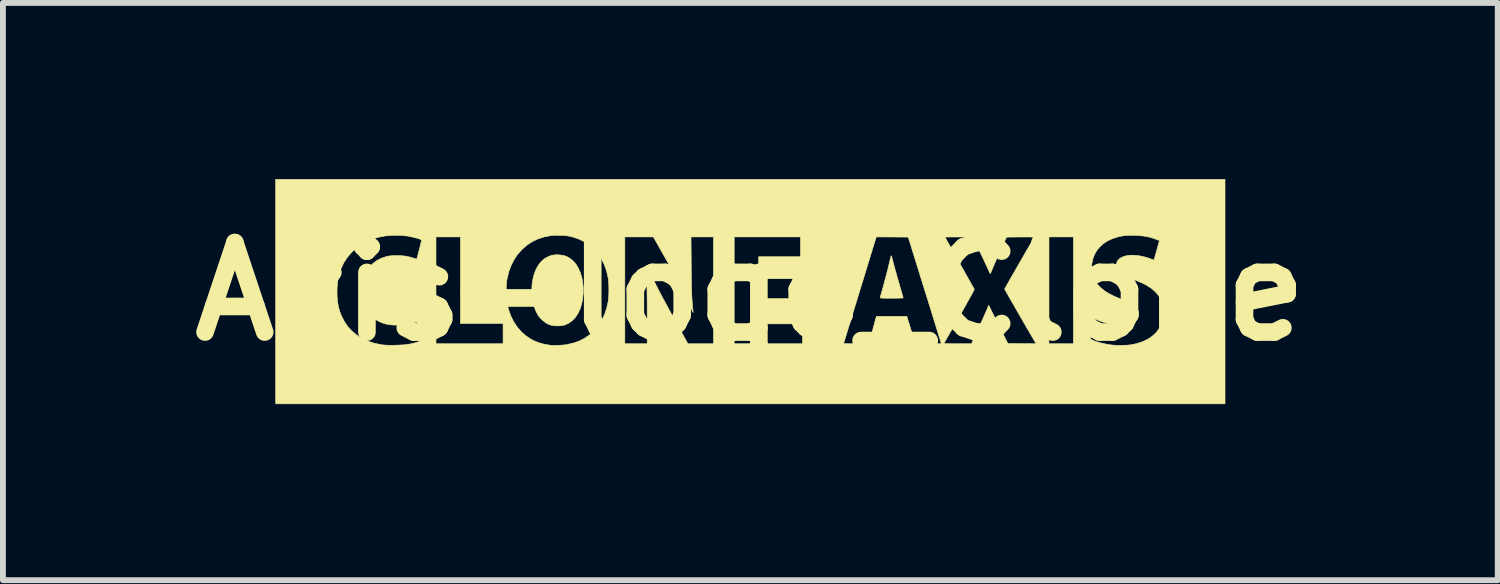
<source format=kicad_pcb>
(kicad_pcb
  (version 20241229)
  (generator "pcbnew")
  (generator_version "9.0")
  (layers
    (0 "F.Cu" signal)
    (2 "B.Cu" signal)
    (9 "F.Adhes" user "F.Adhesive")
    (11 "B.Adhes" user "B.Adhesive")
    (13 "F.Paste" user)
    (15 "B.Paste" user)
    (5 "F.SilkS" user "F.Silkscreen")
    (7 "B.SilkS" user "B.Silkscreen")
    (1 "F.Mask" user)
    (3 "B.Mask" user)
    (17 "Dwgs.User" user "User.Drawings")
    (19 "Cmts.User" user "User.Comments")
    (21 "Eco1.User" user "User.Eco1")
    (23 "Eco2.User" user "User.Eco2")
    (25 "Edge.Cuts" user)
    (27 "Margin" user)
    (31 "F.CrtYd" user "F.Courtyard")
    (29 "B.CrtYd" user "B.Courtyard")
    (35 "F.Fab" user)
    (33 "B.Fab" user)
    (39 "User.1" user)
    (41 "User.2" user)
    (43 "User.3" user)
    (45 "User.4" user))
  (footprint "Axis-logo_Clone"
    (layer "F.Cu")
    (at 9.732 1.917)
    (property "Reference" "Axis-logo_Clone" (at 0 0 0) (layer "F.SilkS") (effects (font (size 1.524 1.524) (thickness 0.3))))
    (attr through_hole)
    (fp_poly (pts (xy 2.401 -0.608) (xy 2.407 -0.594) (xy 2.415 -0.567) (xy 2.426 -0.526) (xy 2.43 -0.51) (xy 2.439 -0.476) (xy 2.451 -0.432) (xy 2.465 -0.378) (xy 2.482 -0.319) (xy 2.499 -0.256) (xy 2.518 -0.193) (xy 2.53 -0.149) (xy 2.547 -0.092) (xy 2.562 -0.039) (xy 2.576 0.008) (xy 2.587 0.048) (xy 2.596 0.078) (xy 2.601 0.099) (xy 2.603 0.107) (xy 2.603 0.107) (xy 2.597 0.109) (xy 2.578 0.11) (xy 2.548 0.111) (xy 2.51 0.112) (xy 2.464 0.113) (xy 2.414 0.113) (xy 2.405 0.113) (xy 2.347 0.113) (xy 2.302 0.113) (xy 2.268 0.112) (xy 2.243 0.111) (xy 2.226 0.11) (xy 2.217 0.108) (xy 2.212 0.106) (xy 2.211 0.103) (xy 2.211 0.101) (xy 2.225 0.054) (xy 2.241 -0.002) (xy 2.258 -0.064) (xy 2.276 -0.13) (xy 2.294 -0.198) (xy 2.312 -0.264) (xy 2.328 -0.327) (xy 2.343 -0.383) (xy 2.354 -0.43) (xy 2.361 -0.459) (xy 2.371 -0.501) (xy 2.38 -0.54) (xy 2.388 -0.572) (xy 2.394 -0.596) (xy 2.397 -0.608) (xy 2.397 -0.609) (xy 2.401 -0.608)) (stroke (width 0.01) (type solid)) (fill yes) (layer "F.SilkS"))
    (fp_poly (pts (xy -3.212 -0.621) (xy -3.165 -0.611) (xy -3.122 -0.594) (xy -3.079 -0.569) (xy -3.067 -0.561) (xy -3.014 -0.517) (xy -2.967 -0.461) (xy -2.928 -0.396) (xy -2.896 -0.322) (xy -2.871 -0.241) (xy -2.855 -0.154) (xy -2.846 -0.063) (xy -2.847 0.03) (xy -2.857 0.125) (xy -2.875 0.216) (xy -2.901 0.298) (xy -2.936 0.372) (xy -2.979 0.437) (xy -3.03 0.491) (xy -3.087 0.534) (xy -3.15 0.565) (xy -3.183 0.575) (xy -3.218 0.581) (xy -3.261 0.584) (xy -3.306 0.584) (xy -3.35 0.581) (xy -3.385 0.575) (xy -3.385 0.575) (xy -3.439 0.556) (xy -3.487 0.531) (xy -3.532 0.495) (xy -3.557 0.472) (xy -3.584 0.444) (xy -3.605 0.418) (xy -3.623 0.391) (xy -3.641 0.357) (xy -3.647 0.345) (xy -3.68 0.264) (xy -3.703 0.177) (xy -3.718 0.085) (xy -3.723 -0.009) (xy -3.72 -0.103) (xy -3.708 -0.195) (xy -3.687 -0.282) (xy -3.658 -0.363) (xy -3.62 -0.435) (xy -3.612 -0.447) (xy -3.579 -0.492) (xy -3.545 -0.528) (xy -3.508 -0.558) (xy -3.482 -0.575) (xy -3.431 -0.601) (xy -3.381 -0.618) (xy -3.327 -0.626) (xy -3.268 -0.626) (xy -3.212 -0.621)) (stroke (width 0.01) (type solid)) (fill yes) (layer "F.SilkS"))
    (fp_poly (pts (xy 8.086 1.912) (xy -8.086 1.912) (xy -8.086 0.000191) (xy -7.041 0.000191) (xy -7.039 0.098) (xy -7.03 0.186) (xy -7.015 0.267) (xy -6.993 0.344) (xy -6.965 0.414) (xy -6.917 0.509) (xy -6.859 0.594) (xy -6.789 0.671) (xy -6.71 0.737) (xy -6.622 0.794) (xy -6.524 0.84) (xy -6.417 0.877) (xy -6.302 0.902) (xy -6.272 0.907) (xy -6.231 0.911) (xy -6.179 0.914) (xy -6.12 0.915) (xy -6.057 0.914) (xy -5.993 0.912) (xy -5.932 0.909) (xy -5.877 0.905) (xy -5.831 0.899) (xy -5.821 0.897) (xy -5.772 0.888) (xy -5.727 0.877) (xy -5.687 0.866) (xy -5.656 0.855) (xy -5.636 0.846) (xy -5.634 0.844) (xy -5.63 0.841) (xy -5.627 0.836) (xy -5.626 0.828) (xy -5.626 0.815) (xy -5.629 0.796) (xy -5.634 0.768) (xy -5.641 0.73) (xy -5.65 0.68) (xy -5.651 0.676) (xy -5.66 0.631) (xy -5.668 0.591) (xy -5.674 0.558) (xy -5.679 0.533) (xy -5.682 0.519) (xy -5.682 0.517) (xy -5.689 0.519) (xy -5.706 0.523) (xy -5.726 0.53) (xy -5.783 0.546) (xy -5.85 0.558) (xy -5.923 0.567) (xy -5.996 0.571) (xy -6.024 0.571) (xy -6.1 0.569) (xy -6.165 0.562) (xy -6.225 0.548) (xy -6.281 0.529) (xy -6.32 0.511) (xy -6.354 0.494) (xy -6.38 0.477) (xy -6.405 0.458) (xy -6.433 0.433) (xy -6.449 0.417) (xy -6.478 0.387) (xy -6.5 0.362) (xy -6.517 0.337) (xy -6.532 0.309) (xy -6.542 0.289) (xy -6.557 0.255) (xy -6.571 0.221) (xy -6.582 0.192) (xy -6.585 0.18) (xy -6.602 0.095) (xy -6.609 0.005) (xy -6.606 -0.087) (xy -6.594 -0.176) (xy -6.572 -0.259) (xy -6.565 -0.281) (xy -6.529 -0.357) (xy -6.482 -0.424) (xy -6.425 -0.482) (xy -6.359 -0.531) (xy -6.284 -0.569) (xy -6.202 -0.596) (xy -6.168 -0.604) (xy -6.129 -0.609) (xy -6.08 -0.612) (xy -6.025 -0.613) (xy -5.97 -0.612) (xy -5.918 -0.609) (xy -5.874 -0.604) (xy -5.869 -0.603) (xy -5.833 -0.596) (xy -5.791 -0.586) (xy -5.752 -0.574) (xy -5.746 -0.572) (xy -5.719 -0.564) (xy -5.697 -0.557) (xy -5.684 -0.553) (xy -5.682 -0.553) (xy -5.68 -0.56) (xy -5.675 -0.579) (xy -5.667 -0.606) (xy -5.659 -0.641) (xy -5.649 -0.679) (xy -5.638 -0.72) (xy -5.628 -0.76) (xy -5.619 -0.797) (xy -5.612 -0.829) (xy -5.606 -0.854) (xy -5.603 -0.868) (xy -5.602 -0.871) (xy -5.606 -0.88) (xy -5.62 -0.889) (xy -5.643 -0.899) (xy -5.678 -0.91) (xy -5.726 -0.923) (xy -5.733 -0.924) (xy -5.767 -0.931) (xy -5.355 -0.931) (xy -5.355 0.889) (xy -4.212 0.889) (xy -4.212 0.543) (xy -4.939 0.543) (xy -4.939 0.018) (xy -4.16 0.018) (xy -4.158 0.083) (xy -4.154 0.142) (xy -4.147 0.191) (xy -4.146 0.194) (xy -4.118 0.31) (xy -4.079 0.418) (xy -4.03 0.516) (xy -3.971 0.605) (xy -3.903 0.684) (xy -3.826 0.752) (xy -3.739 0.81) (xy -3.698 0.832) (xy -3.648 0.854) (xy -3.59 0.875) (xy -3.53 0.892) (xy -3.478 0.903) (xy -3.451 0.907) (xy -3.429 0.911) (xy -3.416 0.913) (xy -3.415 0.914) (xy -3.392 0.916) (xy -3.358 0.917) (xy -3.316 0.917) (xy -3.271 0.916) (xy -3.224 0.913) (xy -3.181 0.91) (xy -3.143 0.906) (xy -3.125 0.903) (xy -3.014 0.878) (xy -2.912 0.841) (xy -2.819 0.793) (xy -2.733 0.734) (xy -2.657 0.664) (xy -2.59 0.584) (xy -2.533 0.495) (xy -2.486 0.396) (xy -2.449 0.288) (xy -2.422 0.171) (xy -2.422 0.169) (xy -2.416 0.125) (xy -2.412 0.071) (xy -2.41 0.011) (xy -2.41 -0.051) (xy -2.411 -0.113) (xy -2.414 -0.169) (xy -2.419 -0.218) (xy -2.423 -0.239) (xy -2.45 -0.355) (xy -2.489 -0.462) (xy -2.537 -0.559) (xy -2.596 -0.647) (xy -2.664 -0.724) (xy -2.741 -0.792) (xy -2.827 -0.849) (xy -2.922 -0.895) (xy -3.026 -0.93) (xy -3.03 -0.931) (xy -2.138 -0.931) (xy -2.138 0.889) (xy -1.757 0.889) (xy -1.757 0.422) (xy -1.757 0.335) (xy -1.757 0.246) (xy -1.758 0.159) (xy -1.759 0.073) (xy -1.76 -0.007) (xy -1.761 -0.081) (xy -1.762 -0.147) (xy -1.763 -0.203) (xy -1.764 -0.246) (xy -1.766 -0.298) (xy -1.767 -0.345) (xy -1.768 -0.385) (xy -1.769 -0.417) (xy -1.769 -0.439) (xy -1.769 -0.449) (xy -1.769 -0.449) (xy -1.765 -0.444) (xy -1.757 -0.427) (xy -1.745 -0.403) (xy -1.731 -0.371) (xy -1.718 -0.344) (xy -1.691 -0.283) (xy -1.66 -0.218) (xy -1.625 -0.149) (xy -1.587 -0.073) (xy -1.544 0.01) (xy -1.496 0.101) (xy -1.442 0.2) (xy -1.383 0.31) (xy -1.317 0.43) (xy -1.285 0.489) (xy -1.063 0.889) (xy -0.628 0.889) (xy -0.628 -0.931) (xy -0.275 -0.931) (xy -0.275 0.889) (xy 0.889 0.889) (xy 0.889 0.879) (xy 1.59 0.879) (xy 1.59 0.882) (xy 1.595 0.884) (xy 1.605 0.886) (xy 1.622 0.887) (xy 1.647 0.888) (xy 1.681 0.889) (xy 1.727 0.889) (xy 1.785 0.889) (xy 1.802 0.889) (xy 2.017 0.889) (xy 2.027 0.855) (xy 2.032 0.84) (xy 2.039 0.813) (xy 2.049 0.777) (xy 2.062 0.733) (xy 2.075 0.684) (xy 2.09 0.632) (xy 2.092 0.623) (xy 2.147 0.423) (xy 2.667 0.423) (xy 2.685 0.485) (xy 2.693 0.51) (xy 2.704 0.545) (xy 2.717 0.588) (xy 2.731 0.636) (xy 2.747 0.687) (xy 2.755 0.716) (xy 2.807 0.885) (xy 3.03 0.887) (xy 3.253 0.889) (xy 3.252 0.884) (xy 3.297 0.884) (xy 3.303 0.885) (xy 3.322 0.886) (xy 3.351 0.887) (xy 3.39 0.888) (xy 3.436 0.889) (xy 3.489 0.889) (xy 3.531 0.889) (xy 3.768 0.889) (xy 3.788 0.845) (xy 3.827 0.759) (xy 3.864 0.678) (xy 3.899 0.6) (xy 3.932 0.529) (xy 3.961 0.464) (xy 3.986 0.407) (xy 4.007 0.36) (xy 4.024 0.322) (xy 4.035 0.295) (xy 4.04 0.284) (xy 4.06 0.233) (xy 4.223 0.559) (xy 4.387 0.885) (xy 4.628 0.887) (xy 4.87 0.889) (xy 4.856 0.866) (xy 4.842 0.844) (xy 4.824 0.813) (xy 4.801 0.773) (xy 4.773 0.726) (xy 4.743 0.673) (xy 4.709 0.616) (xy 4.674 0.555) (xy 4.637 0.491) (xy 4.599 0.426) (xy 4.562 0.361) (xy 4.525 0.297) (xy 4.49 0.235) (xy 4.456 0.177) (xy 4.425 0.123) (xy 4.398 0.074) (xy 4.374 0.033) (xy 4.355 -0.001) (xy 4.341 -0.025) (xy 4.334 -0.039) (xy 4.332 -0.043) (xy 4.336 -0.05) (xy 4.346 -0.068) (xy 4.361 -0.097) (xy 4.383 -0.135) (xy 4.409 -0.181) (xy 4.439 -0.235) (xy 4.473 -0.294) (xy 4.511 -0.359) (xy 4.551 -0.429) (xy 4.584 -0.486) (xy 4.625 -0.558) (xy 4.664 -0.626) (xy 4.701 -0.69) (xy 4.735 -0.748) (xy 4.765 -0.8) (xy 4.79 -0.844) (xy 4.811 -0.88) (xy 4.826 -0.906) (xy 4.835 -0.922) (xy 4.838 -0.926) (xy 4.832 -0.927) (xy 4.813 -0.928) (xy 4.784 -0.929) (xy 4.745 -0.93) (xy 4.699 -0.93) (xy 4.646 -0.93) (xy 4.603 -0.93) (xy 4.365 -0.928) (xy 4.288 -0.762) (xy 4.258 -0.697) (xy 4.228 -0.631) (xy 4.199 -0.565) (xy 4.172 -0.502) (xy 4.147 -0.444) (xy 4.126 -0.393) (xy 4.109 -0.351) (xy 4.103 -0.336) (xy 4.095 -0.318) (xy 4.088 -0.308) (xy 4.085 -0.308) (xy 4.08 -0.317) (xy 4.071 -0.335) (xy 4.059 -0.361) (xy 4.047 -0.388) (xy 4.036 -0.412) (xy 4.02 -0.447) (xy 4 -0.49) (xy 3.977 -0.54) (xy 3.951 -0.594) (xy 3.924 -0.651) (xy 3.903 -0.695) (xy 3.791 -0.928) (xy 3.554 -0.93) (xy 3.497 -0.93) (xy 3.446 -0.93) (xy 3.401 -0.93) (xy 3.364 -0.93) (xy 3.336 -0.929) (xy 3.32 -0.928) (xy 3.316 -0.928) (xy 3.319 -0.921) (xy 3.329 -0.903) (xy 3.345 -0.875) (xy 3.366 -0.837) (xy 3.392 -0.792) (xy 3.421 -0.738) (xy 3.455 -0.679) (xy 3.492 -0.614) (xy 3.531 -0.544) (xy 3.563 -0.487) (xy 3.604 -0.415) (xy 3.643 -0.346) (xy 3.679 -0.281) (xy 3.712 -0.222) (xy 3.742 -0.17) (xy 3.767 -0.125) (xy 3.788 -0.088) (xy 3.803 -0.061) (xy 3.812 -0.044) (xy 3.814 -0.039) (xy 3.812 -0.031) (xy 3.802 -0.011) (xy 3.786 0.019) (xy 3.764 0.061) (xy 3.736 0.112) (xy 3.702 0.172) (xy 3.664 0.241) (xy 3.62 0.318) (xy 3.572 0.403) (xy 3.559 0.425) (xy 3.517 0.498) (xy 3.477 0.568) (xy 3.44 0.634) (xy 3.405 0.694) (xy 3.375 0.747) (xy 3.349 0.793) (xy 3.327 0.831) (xy 3.311 0.859) (xy 3.301 0.877) (xy 3.297 0.884) (xy 3.252 0.884) (xy 3.249 0.873) (xy 3.246 0.865) (xy 3.24 0.843) (xy 3.23 0.81) (xy 3.216 0.766) (xy 3.199 0.712) (xy 3.179 0.648) (xy 3.157 0.575) (xy 3.132 0.495) (xy 3.105 0.407) (xy 3.076 0.313) (xy 3.045 0.214) (xy 3.013 0.11) (xy 2.979 0.003) (xy 2.967 -0.035) (xy 2.69 -0.928) (xy 2.418 -0.93) (xy 2.17 -0.931) (xy 5.087 -0.931) (xy 5.087 0.889) (xy 5.503 0.889) (xy 5.503 0.8) (xy 5.794 0.8) (xy 5.802 0.811) (xy 5.822 0.823) (xy 5.853 0.837) (xy 5.892 0.851) (xy 5.938 0.866) (xy 5.988 0.879) (xy 6.042 0.891) (xy 6.097 0.902) (xy 6.126 0.906) (xy 6.175 0.912) (xy 6.233 0.915) (xy 6.296 0.916) (xy 6.359 0.915) (xy 6.418 0.913) (xy 6.469 0.908) (xy 6.481 0.907) (xy 6.584 0.886) (xy 6.678 0.855) (xy 6.763 0.816) (xy 6.838 0.767) (xy 6.902 0.71) (xy 6.924 0.686) (xy 6.953 0.645) (xy 6.982 0.596) (xy 7.006 0.543) (xy 7.024 0.492) (xy 7.025 0.487) (xy 7.034 0.443) (xy 7.038 0.391) (xy 7.038 0.336) (xy 7.035 0.281) (xy 7.028 0.232) (xy 7.021 0.205) (xy 6.992 0.131) (xy 6.952 0.064) (xy 6.899 0.003) (xy 6.835 -0.053) (xy 6.757 -0.104) (xy 6.736 -0.116) (xy 6.71 -0.129) (xy 6.675 -0.145) (xy 6.633 -0.164) (xy 6.588 -0.183) (xy 6.551 -0.198) (xy 6.477 -0.228) (xy 6.415 -0.255) (xy 6.364 -0.28) (xy 6.323 -0.304) (xy 6.292 -0.326) (xy 6.268 -0.349) (xy 6.252 -0.372) (xy 6.241 -0.397) (xy 6.237 -0.411) (xy 6.233 -0.457) (xy 6.242 -0.498) (xy 6.263 -0.535) (xy 6.297 -0.566) (xy 6.341 -0.59) (xy 6.396 -0.608) (xy 6.434 -0.615) (xy 6.494 -0.62) (xy 6.563 -0.617) (xy 6.635 -0.608) (xy 6.709 -0.592) (xy 6.779 -0.572) (xy 6.821 -0.556) (xy 6.846 -0.546) (xy 6.865 -0.54) (xy 6.875 -0.537) (xy 6.875 -0.537) (xy 6.878 -0.544) (xy 6.883 -0.563) (xy 6.892 -0.592) (xy 6.902 -0.629) (xy 6.914 -0.672) (xy 6.923 -0.704) (xy 6.969 -0.868) (xy 6.943 -0.879) (xy 6.862 -0.909) (xy 6.779 -0.932) (xy 6.69 -0.947) (xy 6.593 -0.956) (xy 6.554 -0.957) (xy 6.485 -0.959) (xy 6.426 -0.957) (xy 6.374 -0.953) (xy 6.323 -0.945) (xy 6.271 -0.934) (xy 6.258 -0.931) (xy 6.168 -0.902) (xy 6.086 -0.864) (xy 6.014 -0.816) (xy 5.952 -0.761) (xy 5.901 -0.698) (xy 5.861 -0.628) (xy 5.833 -0.552) (xy 5.817 -0.471) (xy 5.814 -0.411) (xy 5.819 -0.333) (xy 5.837 -0.261) (xy 5.866 -0.193) (xy 5.907 -0.13) (xy 5.961 -0.072) (xy 6.027 -0.017) (xy 6.106 0.033) (xy 6.199 0.08) (xy 6.305 0.125) (xy 6.311 0.127) (xy 6.388 0.157) (xy 6.452 0.186) (xy 6.504 0.215) (xy 6.545 0.243) (xy 6.575 0.272) (xy 6.596 0.303) (xy 6.609 0.336) (xy 6.614 0.373) (xy 6.614 0.381) (xy 6.609 0.431) (xy 6.591 0.473) (xy 6.561 0.508) (xy 6.52 0.537) (xy 6.466 0.559) (xy 6.443 0.566) (xy 6.42 0.571) (xy 6.394 0.573) (xy 6.362 0.574) (xy 6.322 0.575) (xy 6.208 0.567) (xy 6.095 0.546) (xy 5.983 0.512) (xy 5.92 0.486) (xy 5.898 0.476) (xy 5.881 0.47) (xy 5.873 0.467) (xy 5.873 0.467) (xy 5.87 0.476) (xy 5.865 0.495) (xy 5.857 0.524) (xy 5.848 0.559) (xy 5.839 0.598) (xy 5.829 0.64) (xy 5.819 0.681) (xy 5.81 0.72) (xy 5.803 0.753) (xy 5.797 0.779) (xy 5.794 0.796) (xy 5.794 0.8) (xy 5.503 0.8) (xy 5.503 -0.931) (xy 5.087 -0.931) (xy 2.17 -0.931) (xy 2.146 -0.931) (xy 2.117 -0.841) (xy 2.112 -0.823) (xy 2.102 -0.792) (xy 2.089 -0.75) (xy 2.073 -0.696) (xy 2.053 -0.633) (xy 2.032 -0.562) (xy 2.007 -0.482) (xy 1.981 -0.396) (xy 1.953 -0.304) (xy 1.923 -0.207) (xy 1.892 -0.106) (xy 1.86 -0.002) (xy 1.842 0.058) (xy 1.81 0.162) (xy 1.779 0.262) (xy 1.75 0.357) (xy 1.723 0.447) (xy 1.697 0.531) (xy 1.673 0.608) (xy 1.652 0.677) (xy 1.634 0.737) (xy 1.618 0.788) (xy 1.606 0.828) (xy 1.597 0.857) (xy 1.591 0.874) (xy 1.59 0.879) (xy 0.889 0.879) (xy 0.889 0.55) (xy 0.141 0.55) (xy 0.141 0.12) (xy 0.811 0.12) (xy 0.811 -0.219) (xy 0.141 -0.219) (xy 0.141 -0.593) (xy 0.854 -0.593) (xy 0.854 -0.931) (xy -0.275 -0.931) (xy -0.628 -0.931) (xy -1.011 -0.931) (xy -1.007 -0.457) (xy -1.006 -0.35) (xy -1.005 -0.256) (xy -1.004 -0.173) (xy -1.002 -0.1) (xy -1.001 -0.035) (xy -0.999 0.022) (xy -0.997 0.074) (xy -0.994 0.122) (xy -0.991 0.167) (xy -0.988 0.211) (xy -0.984 0.255) (xy -0.981 0.285) (xy -0.978 0.315) (xy -0.976 0.339) (xy -0.975 0.353) (xy -0.975 0.357) (xy -0.979 0.351) (xy -0.986 0.335) (xy -0.998 0.309) (xy -1.013 0.275) (xy -1.029 0.237) (xy -1.034 0.227) (xy -1.06 0.167) (xy -1.088 0.106) (xy -1.117 0.043) (xy -1.15 -0.023) (xy -1.186 -0.094) (xy -1.226 -0.17) (xy -1.271 -0.253) (xy -1.321 -0.344) (xy -1.377 -0.444) (xy -1.439 -0.555) (xy -1.445 -0.566) (xy -1.652 -0.931) (xy -2.138 -0.931) (xy -3.03 -0.931) (xy -3.062 -0.939) (xy -3.104 -0.947) (xy -3.156 -0.953) (xy -3.213 -0.957) (xy -3.272 -0.958) (xy -3.328 -0.958) (xy -3.377 -0.956) (xy -3.401 -0.953) (xy -3.513 -0.931) (xy -3.616 -0.898) (xy -3.711 -0.853) (xy -3.799 -0.796) (xy -3.88 -0.727) (xy -3.891 -0.716) (xy -3.963 -0.636) (xy -4.023 -0.547) (xy -4.073 -0.45) (xy -4.113 -0.344) (xy -4.142 -0.228) (xy -4.143 -0.224) (xy -4.151 -0.174) (xy -4.156 -0.114) (xy -4.159 -0.049) (xy -4.16 0.018) (xy -4.939 0.018) (xy -4.939 -0.931) (xy -5.355 -0.931) (xy -5.767 -0.931) (xy -5.832 -0.945) (xy -5.938 -0.956) (xy -6.053 -0.959) (xy -6.092 -0.958) (xy -6.219 -0.948) (xy -6.337 -0.926) (xy -6.448 -0.893) (xy -6.551 -0.849) (xy -6.646 -0.792) (xy -6.734 -0.724) (xy -6.795 -0.666) (xy -6.865 -0.583) (xy -6.924 -0.494) (xy -6.97 -0.398) (xy -7.005 -0.296) (xy -7.028 -0.186) (xy -7.04 -0.067) (xy -7.041 0.000191) (xy -8.086 0.000191) (xy -8.086 -1.912) (xy 8.086 -1.912) (xy 8.086 1.912)) (stroke (width 0.01) (type solid)) (fill yes) (layer "F.SilkS")))
  (gr_rect
    (start -3 -3)
    (end 22.464 6.834)
    (stroke (width 0.1) (type default))
    (fill no)
    (layer "Edge.Cuts")))
</source>
